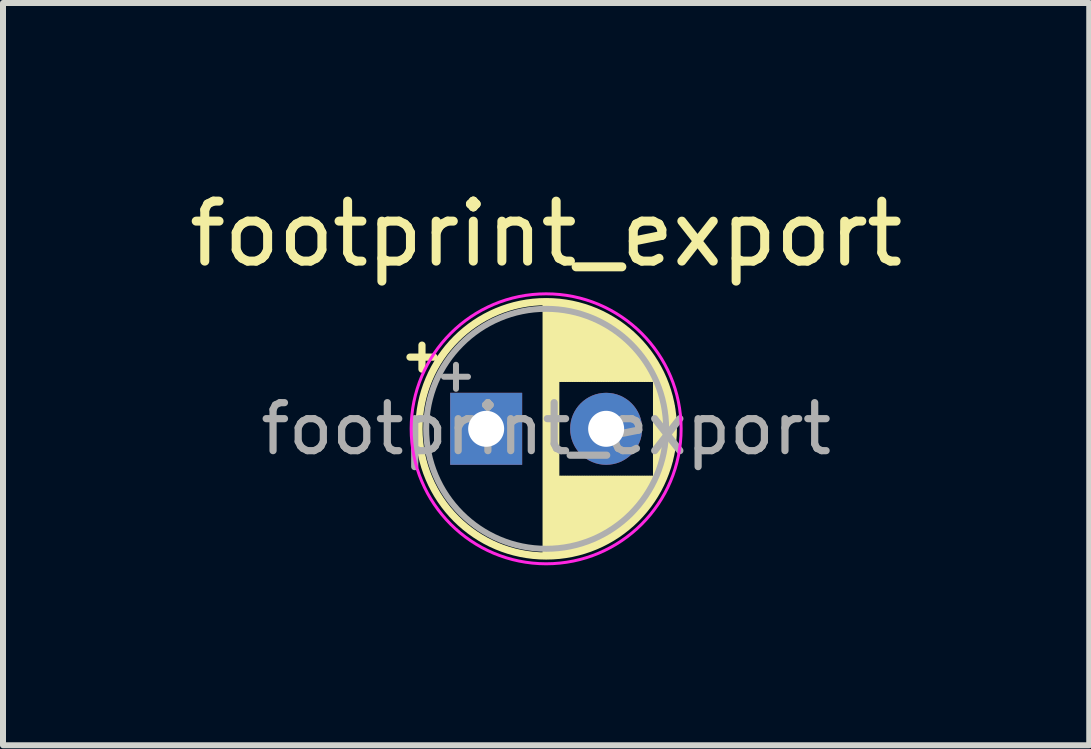
<source format=kicad_pcb>
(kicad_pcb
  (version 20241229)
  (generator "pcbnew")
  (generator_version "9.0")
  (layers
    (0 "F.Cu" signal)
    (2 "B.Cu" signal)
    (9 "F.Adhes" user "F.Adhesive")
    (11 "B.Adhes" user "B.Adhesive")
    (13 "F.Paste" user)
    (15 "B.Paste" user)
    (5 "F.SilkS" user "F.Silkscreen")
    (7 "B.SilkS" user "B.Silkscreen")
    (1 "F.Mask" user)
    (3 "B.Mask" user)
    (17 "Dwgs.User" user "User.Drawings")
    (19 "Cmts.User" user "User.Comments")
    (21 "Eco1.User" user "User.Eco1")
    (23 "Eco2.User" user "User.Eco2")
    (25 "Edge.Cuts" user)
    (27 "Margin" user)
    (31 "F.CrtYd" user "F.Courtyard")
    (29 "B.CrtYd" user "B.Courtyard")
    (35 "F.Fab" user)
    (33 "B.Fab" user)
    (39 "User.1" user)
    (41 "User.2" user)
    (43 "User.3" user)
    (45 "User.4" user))
  (footprint "footprint_export"
    (layer "F.Cu")
    (at 5.054 4.098)
    (property "Reference" "footprint_export" (at 1 -3.25 0) (layer "F.SilkS") (effects (font (size 1 1) (thickness 0.15))))
    (attr through_hole)
    (fp_line (start -1.27 -1.195) (end -0.87 -1.195) (stroke (width 0.12) (type solid)) (layer "F.SilkS"))
    (fp_line (start -1.07 -1.395) (end -1.07 -0.995) (stroke (width 0.12) (type solid)) (layer "F.SilkS"))
    (fp_line (start 1 -2.08) (end 1 2.08) (stroke (width 0.12) (type solid)) (layer "F.SilkS"))
    (fp_line (start 1.04 -2.08) (end 1.04 2.08) (stroke (width 0.12) (type solid)) (layer "F.SilkS"))
    (fp_line (start 1.08 -2.079) (end 1.08 2.079) (stroke (width 0.12) (type solid)) (layer "F.SilkS"))
    (fp_line (start 1.12 -2.077) (end 1.12 2.077) (stroke (width 0.12) (type solid)) (layer "F.SilkS"))
    (fp_line (start 1.16 -2.074) (end 1.16 2.074) (stroke (width 0.12) (type solid)) (layer "F.SilkS"))
    (fp_line (start 1.2 -2.071) (end 1.2 -0.84) (stroke (width 0.12) (type solid)) (layer "F.SilkS"))
    (fp_line (start 1.2 0.84) (end 1.2 2.071) (stroke (width 0.12) (type solid)) (layer "F.SilkS"))
    (fp_line (start 1.24 -2.067) (end 1.24 -0.84) (stroke (width 0.12) (type solid)) (layer "F.SilkS"))
    (fp_line (start 1.24 0.84) (end 1.24 2.067) (stroke (width 0.12) (type solid)) (layer "F.SilkS"))
    (fp_line (start 1.28 -2.062) (end 1.28 -0.84) (stroke (width 0.12) (type solid)) (layer "F.SilkS"))
    (fp_line (start 1.28 0.84) (end 1.28 2.062) (stroke (width 0.12) (type solid)) (layer "F.SilkS"))
    (fp_line (start 1.32 -2.056) (end 1.32 -0.84) (stroke (width 0.12) (type solid)) (layer "F.SilkS"))
    (fp_line (start 1.32 0.84) (end 1.32 2.056) (stroke (width 0.12) (type solid)) (layer "F.SilkS"))
    (fp_line (start 1.36 -2.05) (end 1.36 -0.84) (stroke (width 0.12) (type solid)) (layer "F.SilkS"))
    (fp_line (start 1.36 0.84) (end 1.36 2.05) (stroke (width 0.12) (type solid)) (layer "F.SilkS"))
    (fp_line (start 1.4 -2.042) (end 1.4 -0.84) (stroke (width 0.12) (type solid)) (layer "F.SilkS"))
    (fp_line (start 1.4 0.84) (end 1.4 2.042) (stroke (width 0.12) (type solid)) (layer "F.SilkS"))
    (fp_line (start 1.44 -2.034) (end 1.44 -0.84) (stroke (width 0.12) (type solid)) (layer "F.SilkS"))
    (fp_line (start 1.44 0.84) (end 1.44 2.034) (stroke (width 0.12) (type solid)) (layer "F.SilkS"))
    (fp_line (start 1.48 -2.025) (end 1.48 -0.84) (stroke (width 0.12) (type solid)) (layer "F.SilkS"))
    (fp_line (start 1.48 0.84) (end 1.48 2.025) (stroke (width 0.12) (type solid)) (layer "F.SilkS"))
    (fp_line (start 1.52 -2.016) (end 1.52 -0.84) (stroke (width 0.12) (type solid)) (layer "F.SilkS"))
    (fp_line (start 1.52 0.84) (end 1.52 2.016) (stroke (width 0.12) (type solid)) (layer "F.SilkS"))
    (fp_line (start 1.56 -2.005) (end 1.56 -0.84) (stroke (width 0.12) (type solid)) (layer "F.SilkS"))
    (fp_line (start 1.56 0.84) (end 1.56 2.005) (stroke (width 0.12) (type solid)) (layer "F.SilkS"))
    (fp_line (start 1.6 -1.994) (end 1.6 -0.84) (stroke (width 0.12) (type solid)) (layer "F.SilkS"))
    (fp_line (start 1.6 0.84) (end 1.6 1.994) (stroke (width 0.12) (type solid)) (layer "F.SilkS"))
    (fp_line (start 1.64 -1.982) (end 1.64 -0.84) (stroke (width 0.12) (type solid)) (layer "F.SilkS"))
    (fp_line (start 1.64 0.84) (end 1.64 1.982) (stroke (width 0.12) (type solid)) (layer "F.SilkS"))
    (fp_line (start 1.68 -1.968) (end 1.68 -0.84) (stroke (width 0.12) (type solid)) (layer "F.SilkS"))
    (fp_line (start 1.68 0.84) (end 1.68 1.968) (stroke (width 0.12) (type solid)) (layer "F.SilkS"))
    (fp_line (start 1.721 -1.954) (end 1.721 -0.84) (stroke (width 0.12) (type solid)) (layer "F.SilkS"))
    (fp_line (start 1.721 0.84) (end 1.721 1.954) (stroke (width 0.12) (type solid)) (layer "F.SilkS"))
    (fp_line (start 1.761 -1.94) (end 1.761 -0.84) (stroke (width 0.12) (type solid)) (layer "F.SilkS"))
    (fp_line (start 1.761 0.84) (end 1.761 1.94) (stroke (width 0.12) (type solid)) (layer "F.SilkS"))
    (fp_line (start 1.801 -1.924) (end 1.801 -0.84) (stroke (width 0.12) (type solid)) (layer "F.SilkS"))
    (fp_line (start 1.801 0.84) (end 1.801 1.924) (stroke (width 0.12) (type solid)) (layer "F.SilkS"))
    (fp_line (start 1.841 -1.907) (end 1.841 -0.84) (stroke (width 0.12) (type solid)) (layer "F.SilkS"))
    (fp_line (start 1.841 0.84) (end 1.841 1.907) (stroke (width 0.12) (type solid)) (layer "F.SilkS"))
    (fp_line (start 1.881 -1.889) (end 1.881 -0.84) (stroke (width 0.12) (type solid)) (layer "F.SilkS"))
    (fp_line (start 1.881 0.84) (end 1.881 1.889) (stroke (width 0.12) (type solid)) (layer "F.SilkS"))
    (fp_line (start 1.921 -1.87) (end 1.921 -0.84) (stroke (width 0.12) (type solid)) (layer "F.SilkS"))
    (fp_line (start 1.921 0.84) (end 1.921 1.87) (stroke (width 0.12) (type solid)) (layer "F.SilkS"))
    (fp_line (start 1.961 -1.851) (end 1.961 -0.84) (stroke (width 0.12) (type solid)) (layer "F.SilkS"))
    (fp_line (start 1.961 0.84) (end 1.961 1.851) (stroke (width 0.12) (type solid)) (layer "F.SilkS"))
    (fp_line (start 2.001 -1.83) (end 2.001 -0.84) (stroke (width 0.12) (type solid)) (layer "F.SilkS"))
    (fp_line (start 2.001 0.84) (end 2.001 1.83) (stroke (width 0.12) (type solid)) (layer "F.SilkS"))
    (fp_line (start 2.041 -1.808) (end 2.041 -0.84) (stroke (width 0.12) (type solid)) (layer "F.SilkS"))
    (fp_line (start 2.041 0.84) (end 2.041 1.808) (stroke (width 0.12) (type solid)) (layer "F.SilkS"))
    (fp_line (start 2.081 -1.785) (end 2.081 -0.84) (stroke (width 0.12) (type solid)) (layer "F.SilkS"))
    (fp_line (start 2.081 0.84) (end 2.081 1.785) (stroke (width 0.12) (type solid)) (layer "F.SilkS"))
    (fp_line (start 2.121 -1.76) (end 2.121 -0.84) (stroke (width 0.12) (type solid)) (layer "F.SilkS"))
    (fp_line (start 2.121 0.84) (end 2.121 1.76) (stroke (width 0.12) (type solid)) (layer "F.SilkS"))
    (fp_line (start 2.161 -1.735) (end 2.161 -0.84) (stroke (width 0.12) (type solid)) (layer "F.SilkS"))
    (fp_line (start 2.161 0.84) (end 2.161 1.735) (stroke (width 0.12) (type solid)) (layer "F.SilkS"))
    (fp_line (start 2.201 -1.708) (end 2.201 -0.84) (stroke (width 0.12) (type solid)) (layer "F.SilkS"))
    (fp_line (start 2.201 0.84) (end 2.201 1.708) (stroke (width 0.12) (type solid)) (layer "F.SilkS"))
    (fp_line (start 2.241 -1.68) (end 2.241 -0.84) (stroke (width 0.12) (type solid)) (layer "F.SilkS"))
    (fp_line (start 2.241 0.84) (end 2.241 1.68) (stroke (width 0.12) (type solid)) (layer "F.SilkS"))
    (fp_line (start 2.281 -1.65) (end 2.281 -0.84) (stroke (width 0.12) (type solid)) (layer "F.SilkS"))
    (fp_line (start 2.281 0.84) (end 2.281 1.65) (stroke (width 0.12) (type solid)) (layer "F.SilkS"))
    (fp_line (start 2.321 -1.619) (end 2.321 -0.84) (stroke (width 0.12) (type solid)) (layer "F.SilkS"))
    (fp_line (start 2.321 0.84) (end 2.321 1.619) (stroke (width 0.12) (type solid)) (layer "F.SilkS"))
    (fp_line (start 2.361 -1.587) (end 2.361 -0.84) (stroke (width 0.12) (type solid)) (layer "F.SilkS"))
    (fp_line (start 2.361 0.84) (end 2.361 1.587) (stroke (width 0.12) (type solid)) (layer "F.SilkS"))
    (fp_line (start 2.401 -1.552) (end 2.401 -0.84) (stroke (width 0.12) (type solid)) (layer "F.SilkS"))
    (fp_line (start 2.401 0.84) (end 2.401 1.552) (stroke (width 0.12) (type solid)) (layer "F.SilkS"))
    (fp_line (start 2.441 -1.516) (end 2.441 -0.84) (stroke (width 0.12) (type solid)) (layer "F.SilkS"))
    (fp_line (start 2.441 0.84) (end 2.441 1.516) (stroke (width 0.12) (type solid)) (layer "F.SilkS"))
    (fp_line (start 2.481 -1.478) (end 2.481 -0.84) (stroke (width 0.12) (type solid)) (layer "F.SilkS"))
    (fp_line (start 2.481 0.84) (end 2.481 1.478) (stroke (width 0.12) (type solid)) (layer "F.SilkS"))
    (fp_line (start 2.521 -1.438) (end 2.521 -0.84) (stroke (width 0.12) (type solid)) (layer "F.SilkS"))
    (fp_line (start 2.521 0.84) (end 2.521 1.438) (stroke (width 0.12) (type solid)) (layer "F.SilkS"))
    (fp_line (start 2.561 -1.396) (end 2.561 -0.84) (stroke (width 0.12) (type solid)) (layer "F.SilkS"))
    (fp_line (start 2.561 0.84) (end 2.561 1.396) (stroke (width 0.12) (type solid)) (layer "F.SilkS"))
    (fp_line (start 2.601 -1.351) (end 2.601 -0.84) (stroke (width 0.12) (type solid)) (layer "F.SilkS"))
    (fp_line (start 2.601 0.84) (end 2.601 1.351) (stroke (width 0.12) (type solid)) (layer "F.SilkS"))
    (fp_line (start 2.641 -1.304) (end 2.641 -0.84) (stroke (width 0.12) (type solid)) (layer "F.SilkS"))
    (fp_line (start 2.641 0.84) (end 2.641 1.304) (stroke (width 0.12) (type solid)) (layer "F.SilkS"))
    (fp_line (start 2.681 -1.254) (end 2.681 -0.84) (stroke (width 0.12) (type solid)) (layer "F.SilkS"))
    (fp_line (start 2.681 0.84) (end 2.681 1.254) (stroke (width 0.12) (type solid)) (layer "F.SilkS"))
    (fp_line (start 2.721 -1.2) (end 2.721 -0.84) (stroke (width 0.12) (type solid)) (layer "F.SilkS"))
    (fp_line (start 2.721 0.84) (end 2.721 1.2) (stroke (width 0.12) (type solid)) (layer "F.SilkS"))
    (fp_line (start 2.761 -1.142) (end 2.761 -0.84) (stroke (width 0.12) (type solid)) (layer "F.SilkS"))
    (fp_line (start 2.761 0.84) (end 2.761 1.142) (stroke (width 0.12) (type solid)) (layer "F.SilkS"))
    (fp_line (start 2.801 -1.08) (end 2.801 -0.84) (stroke (width 0.12) (type solid)) (layer "F.SilkS"))
    (fp_line (start 2.801 0.84) (end 2.801 1.08) (stroke (width 0.12) (type solid)) (layer "F.SilkS"))
    (fp_line (start 2.841 -1.013) (end 2.841 1.013) (stroke (width 0.12) (type solid)) (layer "F.SilkS"))
    (fp_line (start 2.881 -0.94) (end 2.881 0.94) (stroke (width 0.12) (type solid)) (layer "F.SilkS"))
    (fp_line (start 2.921 -0.859) (end 2.921 0.859) (stroke (width 0.12) (type solid)) (layer "F.SilkS"))
    (fp_line (start 2.961 -0.768) (end 2.961 0.768) (stroke (width 0.12) (type solid)) (layer "F.SilkS"))
    (fp_line (start 3.001 -0.664) (end 3.001 0.664) (stroke (width 0.12) (type solid)) (layer "F.SilkS"))
    (fp_line (start 3.041 -0.537) (end 3.041 0.537) (stroke (width 0.12) (type solid)) (layer "F.SilkS"))
    (fp_line (start 3.081 -0.37) (end 3.081 0.37) (stroke (width 0.12) (type solid)) (layer "F.SilkS"))
    (fp_circle (center 1 0) (end 3.12 0) (stroke (width 0.12) (type solid)) (fill no) (layer "F.SilkS"))
    (fp_circle (center 1 0) (end 3.25 0) (stroke (width 0.05) (type solid)) (fill no) (layer "F.CrtYd"))
    (fp_line (start -0.703 -0.868) (end -0.303 -0.868) (stroke (width 0.1) (type solid)) (layer "F.Fab"))
    (fp_line (start -0.503 -1.067) (end -0.503 -0.667) (stroke (width 0.1) (type solid)) (layer "F.Fab"))
    (fp_circle (center 1 0) (end 3 0) (stroke (width 0.1) (type solid)) (fill no) (layer "F.Fab"))
    (fp_text user "${REFERENCE}" (at 1 0 0) (layer "F.Fab") (effects (font (size 0.8 0.8) (thickness 0.12))))
    (pad "1" thru_hole rect (at 0 0) (size 1.2 1.2) (drill 0.6) (layers "*.Cu" "*.Mask"))
    (pad "2" thru_hole circle (at 2 0) (size 1.2 1.2) (drill 0.6) (layers "*.Cu" "*.Mask")))
  (gr_rect
    (start -3 -3)
    (end 15.107 9.373)
    (stroke (width 0.1) (type default))
    (fill no)
    (layer "Edge.Cuts")))
</source>
